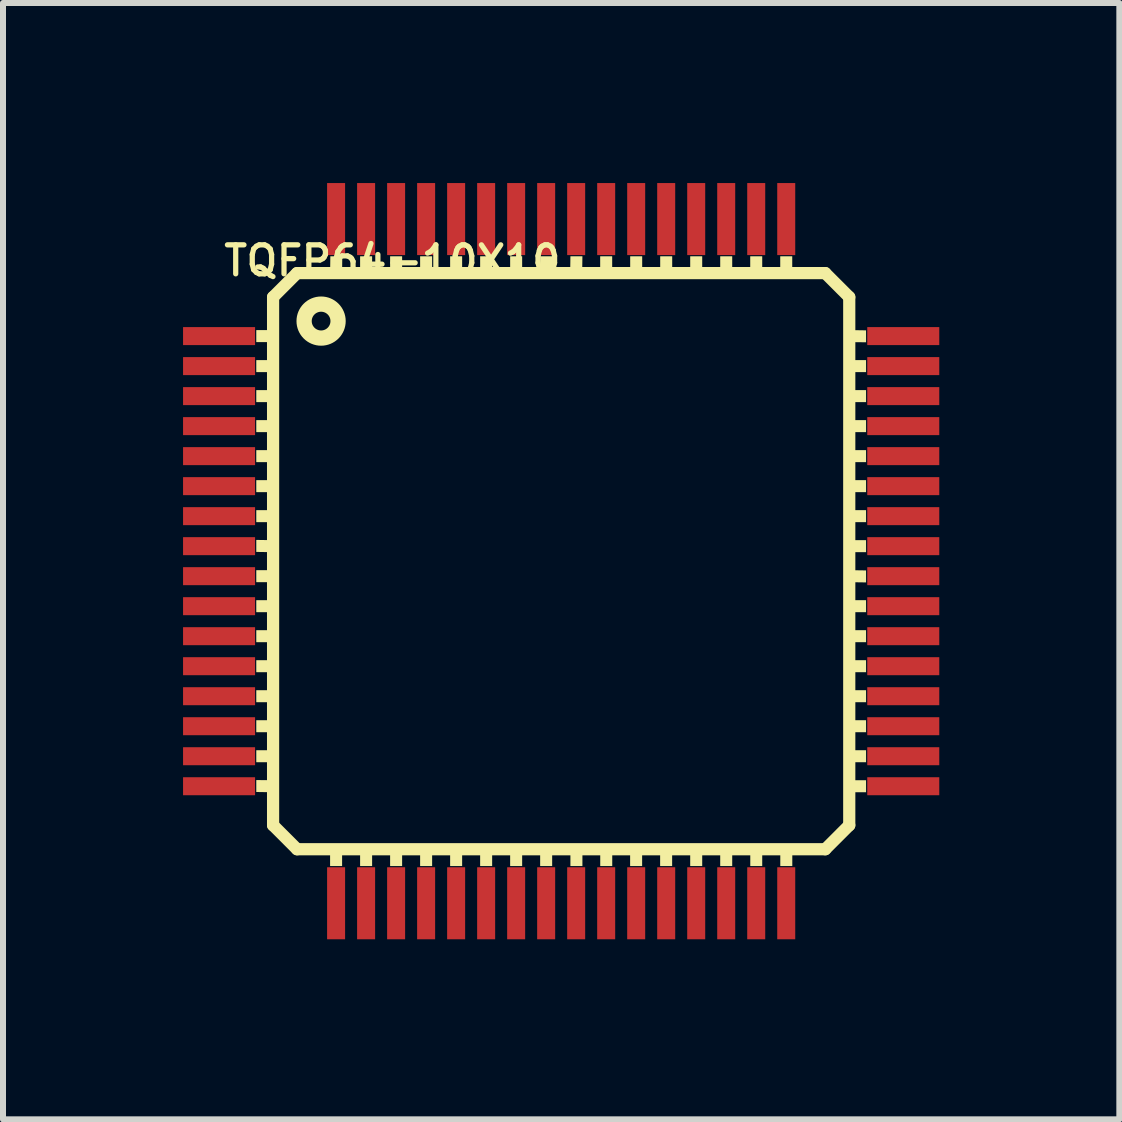
<source format=kicad_pcb>
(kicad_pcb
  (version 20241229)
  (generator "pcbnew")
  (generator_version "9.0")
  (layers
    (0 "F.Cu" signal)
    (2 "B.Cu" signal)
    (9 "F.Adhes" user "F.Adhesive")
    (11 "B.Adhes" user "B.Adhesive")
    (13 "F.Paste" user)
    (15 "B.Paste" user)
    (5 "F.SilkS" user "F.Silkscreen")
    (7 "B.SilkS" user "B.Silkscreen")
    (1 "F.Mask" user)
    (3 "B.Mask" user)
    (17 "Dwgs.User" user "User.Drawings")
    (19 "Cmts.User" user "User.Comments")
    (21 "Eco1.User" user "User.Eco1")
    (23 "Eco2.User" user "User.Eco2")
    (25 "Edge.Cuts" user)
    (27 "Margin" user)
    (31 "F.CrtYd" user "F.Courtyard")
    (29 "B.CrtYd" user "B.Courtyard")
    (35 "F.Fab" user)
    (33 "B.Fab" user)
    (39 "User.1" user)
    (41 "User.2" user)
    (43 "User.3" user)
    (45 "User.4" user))
  (footprint "TQFP64-10X10"
    (layer "F.Cu")
    (at 6.3 6.3)
    (property "Reference" "TQFP64-10X10" (at -5.664 -4.724 180) (layer "F.SilkS") (effects (font (size 0.483 0.483) (thickness 0.087)) (justify left bottom)))
    (attr through_hole)
    (fp_line (start -4.8 -4.4) (end -4.4 -4.8) (stroke (width 0.203) (type solid)) (layer "F.SilkS"))
    (fp_line (start -4.8 4.4) (end -4.8 -4.4) (stroke (width 0.203) (type solid)) (layer "F.SilkS"))
    (fp_line (start -4.4 -4.8) (end 4.4 -4.8) (stroke (width 0.203) (type solid)) (layer "F.SilkS"))
    (fp_line (start -4.4 4.8) (end -4.8 4.4) (stroke (width 0.203) (type solid)) (layer "F.SilkS"))
    (fp_line (start 4.4 -4.8) (end 4.8 -4.4) (stroke (width 0.203) (type solid)) (layer "F.SilkS"))
    (fp_line (start 4.4 4.8) (end -4.4 4.8) (stroke (width 0.203) (type solid)) (layer "F.SilkS"))
    (fp_line (start 4.8 -4.4) (end 4.8 4.4) (stroke (width 0.203) (type solid)) (layer "F.SilkS"))
    (fp_line (start 4.8 4.4) (end 4.4 4.8) (stroke (width 0.203) (type solid)) (layer "F.SilkS"))
    (fp_circle (center -4 -4) (end -3.717 -4) (stroke (width 0.254) (type solid)) (fill no) (layer "F.SilkS"))
    (fp_poly (pts (xy -5.08 -3.65) (xy -4.8 -3.65) (xy -4.8 -3.85) (xy -5.08 -3.85)) (stroke (width 0) (type solid)) (fill yes) (layer "F.SilkS"))
    (fp_poly (pts (xy -5.08 -3.15) (xy -4.8 -3.15) (xy -4.8 -3.35) (xy -5.08 -3.35)) (stroke (width 0) (type solid)) (fill yes) (layer "F.SilkS"))
    (fp_poly (pts (xy -5.08 -2.65) (xy -4.8 -2.65) (xy -4.8 -2.85) (xy -5.08 -2.85)) (stroke (width 0) (type solid)) (fill yes) (layer "F.SilkS"))
    (fp_poly (pts (xy -5.08 -2.15) (xy -4.8 -2.15) (xy -4.8 -2.35) (xy -5.08 -2.35)) (stroke (width 0) (type solid)) (fill yes) (layer "F.SilkS"))
    (fp_poly (pts (xy -5.08 -1.65) (xy -4.8 -1.65) (xy -4.8 -1.85) (xy -5.08 -1.85)) (stroke (width 0) (type solid)) (fill yes) (layer "F.SilkS"))
    (fp_poly (pts (xy -5.08 -1.15) (xy -4.8 -1.15) (xy -4.8 -1.35) (xy -5.08 -1.35)) (stroke (width 0) (type solid)) (fill yes) (layer "F.SilkS"))
    (fp_poly (pts (xy -5.08 -0.65) (xy -4.8 -0.65) (xy -4.8 -0.85) (xy -5.08 -0.85)) (stroke (width 0) (type solid)) (fill yes) (layer "F.SilkS"))
    (fp_poly (pts (xy -5.08 -0.154) (xy -4.8 -0.15) (xy -4.8 -0.35) (xy -5.08 -0.354)) (stroke (width 0) (type solid)) (fill yes) (layer "F.SilkS"))
    (fp_poly (pts (xy -5.08 0.35) (xy -4.8 0.35) (xy -4.8 0.15) (xy -5.08 0.15)) (stroke (width 0) (type solid)) (fill yes) (layer "F.SilkS"))
    (fp_poly (pts (xy -5.08 0.85) (xy -4.8 0.85) (xy -4.8 0.65) (xy -5.08 0.65)) (stroke (width 0) (type solid)) (fill yes) (layer "F.SilkS"))
    (fp_poly (pts (xy -5.08 1.35) (xy -4.8 1.35) (xy -4.8 1.15) (xy -5.08 1.15)) (stroke (width 0) (type solid)) (fill yes) (layer "F.SilkS"))
    (fp_poly (pts (xy -5.08 1.85) (xy -4.8 1.85) (xy -4.8 1.65) (xy -5.08 1.65)) (stroke (width 0) (type solid)) (fill yes) (layer "F.SilkS"))
    (fp_poly (pts (xy -5.08 2.35) (xy -4.8 2.35) (xy -4.8 2.15) (xy -5.08 2.15)) (stroke (width 0) (type solid)) (fill yes) (layer "F.SilkS"))
    (fp_poly (pts (xy -5.08 2.85) (xy -4.8 2.85) (xy -4.8 2.65) (xy -5.08 2.65)) (stroke (width 0) (type solid)) (fill yes) (layer "F.SilkS"))
    (fp_poly (pts (xy -5.08 3.35) (xy -4.8 3.35) (xy -4.8 3.15) (xy -5.08 3.15)) (stroke (width 0) (type solid)) (fill yes) (layer "F.SilkS"))
    (fp_poly (pts (xy -5.08 3.846) (xy -4.8 3.85) (xy -4.8 3.65) (xy -5.08 3.647)) (stroke (width 0) (type solid)) (fill yes) (layer "F.SilkS"))
    (fp_poly (pts (xy -3.85 5.08) (xy -3.65 5.08) (xy -3.65 4.8) (xy -3.85 4.8)) (stroke (width 0) (type solid)) (fill yes) (layer "F.SilkS"))
    (fp_poly (pts (xy -3.846 -5.08) (xy -3.85 -4.8) (xy -3.65 -4.8) (xy -3.647 -5.08)) (stroke (width 0) (type solid)) (fill yes) (layer "F.SilkS"))
    (fp_poly (pts (xy -3.35 -5.08) (xy -3.35 -4.8) (xy -3.15 -4.8) (xy -3.15 -5.08)) (stroke (width 0) (type solid)) (fill yes) (layer "F.SilkS"))
    (fp_poly (pts (xy -3.35 5.08) (xy -3.15 5.08) (xy -3.15 4.8) (xy -3.35 4.8)) (stroke (width 0) (type solid)) (fill yes) (layer "F.SilkS"))
    (fp_poly (pts (xy -2.85 -5.08) (xy -2.85 -4.8) (xy -2.65 -4.8) (xy -2.65 -5.08)) (stroke (width 0) (type solid)) (fill yes) (layer "F.SilkS"))
    (fp_poly (pts (xy -2.85 5.08) (xy -2.65 5.08) (xy -2.65 4.8) (xy -2.85 4.8)) (stroke (width 0) (type solid)) (fill yes) (layer "F.SilkS"))
    (fp_poly (pts (xy -2.35 -5.08) (xy -2.35 -4.8) (xy -2.15 -4.8) (xy -2.15 -5.08)) (stroke (width 0) (type solid)) (fill yes) (layer "F.SilkS"))
    (fp_poly (pts (xy -2.35 5.08) (xy -2.15 5.08) (xy -2.15 4.8) (xy -2.35 4.8)) (stroke (width 0) (type solid)) (fill yes) (layer "F.SilkS"))
    (fp_poly (pts (xy -1.85 -5.08) (xy -1.85 -4.8) (xy -1.65 -4.8) (xy -1.65 -5.08)) (stroke (width 0) (type solid)) (fill yes) (layer "F.SilkS"))
    (fp_poly (pts (xy -1.85 5.08) (xy -1.65 5.08) (xy -1.65 4.8) (xy -1.85 4.8)) (stroke (width 0) (type solid)) (fill yes) (layer "F.SilkS"))
    (fp_poly (pts (xy -1.35 -5.08) (xy -1.35 -4.8) (xy -1.15 -4.8) (xy -1.15 -5.08)) (stroke (width 0) (type solid)) (fill yes) (layer "F.SilkS"))
    (fp_poly (pts (xy -1.35 5.08) (xy -1.15 5.08) (xy -1.15 4.8) (xy -1.35 4.8)) (stroke (width 0) (type solid)) (fill yes) (layer "F.SilkS"))
    (fp_poly (pts (xy -0.85 -5.08) (xy -0.85 -4.8) (xy -0.65 -4.8) (xy -0.65 -5.08)) (stroke (width 0) (type solid)) (fill yes) (layer "F.SilkS"))
    (fp_poly (pts (xy -0.85 5.08) (xy -0.65 5.08) (xy -0.65 4.8) (xy -0.85 4.8)) (stroke (width 0) (type solid)) (fill yes) (layer "F.SilkS"))
    (fp_poly (pts (xy -0.35 -5.08) (xy -0.35 -4.8) (xy -0.15 -4.8) (xy -0.15 -5.08)) (stroke (width 0) (type solid)) (fill yes) (layer "F.SilkS"))
    (fp_poly (pts (xy -0.35 5.08) (xy -0.15 5.08) (xy -0.15 4.8) (xy -0.35 4.8)) (stroke (width 0) (type solid)) (fill yes) (layer "F.SilkS"))
    (fp_poly (pts (xy 0.154 -5.08) (xy 0.15 -4.8) (xy 0.35 -4.8) (xy 0.354 -5.08)) (stroke (width 0) (type solid)) (fill yes) (layer "F.SilkS"))
    (fp_poly (pts (xy 0.154 5.08) (xy 0.354 5.08) (xy 0.354 4.801) (xy 0.154 4.801)) (stroke (width 0) (type solid)) (fill yes) (layer "F.SilkS"))
    (fp_poly (pts (xy 0.65 -5.08) (xy 0.65 -4.8) (xy 0.85 -4.8) (xy 0.85 -5.08)) (stroke (width 0) (type solid)) (fill yes) (layer "F.SilkS"))
    (fp_poly (pts (xy 0.651 5.08) (xy 0.851 5.08) (xy 0.851 4.8) (xy 0.651 4.8)) (stroke (width 0) (type solid)) (fill yes) (layer "F.SilkS"))
    (fp_poly (pts (xy 1.149 5.08) (xy 1.349 5.08) (xy 1.349 4.8) (xy 1.149 4.8)) (stroke (width 0) (type solid)) (fill yes) (layer "F.SilkS"))
    (fp_poly (pts (xy 1.15 -5.08) (xy 1.15 -4.8) (xy 1.35 -4.8) (xy 1.35 -5.08)) (stroke (width 0) (type solid)) (fill yes) (layer "F.SilkS"))
    (fp_poly (pts (xy 1.649 5.08) (xy 1.849 5.08) (xy 1.849 4.8) (xy 1.649 4.8)) (stroke (width 0) (type solid)) (fill yes) (layer "F.SilkS"))
    (fp_poly (pts (xy 1.65 -5.08) (xy 1.65 -4.8) (xy 1.85 -4.8) (xy 1.85 -5.08)) (stroke (width 0) (type solid)) (fill yes) (layer "F.SilkS"))
    (fp_poly (pts (xy 2.15 5.08) (xy 2.35 5.08) (xy 2.35 4.8) (xy 2.15 4.8)) (stroke (width 0) (type solid)) (fill yes) (layer "F.SilkS"))
    (fp_poly (pts (xy 2.15 -5.08) (xy 2.15 -4.8) (xy 2.35 -4.8) (xy 2.35 -5.08)) (stroke (width 0) (type solid)) (fill yes) (layer "F.SilkS"))
    (fp_poly (pts (xy 2.65 -5.08) (xy 2.65 -4.8) (xy 2.85 -4.8) (xy 2.85 -5.08)) (stroke (width 0) (type solid)) (fill yes) (layer "F.SilkS"))
    (fp_poly (pts (xy 2.65 5.08) (xy 2.85 5.08) (xy 2.85 4.8) (xy 2.65 4.8)) (stroke (width 0) (type solid)) (fill yes) (layer "F.SilkS"))
    (fp_poly (pts (xy 3.15 -5.08) (xy 3.15 -4.8) (xy 3.35 -4.8) (xy 3.35 -5.08)) (stroke (width 0) (type solid)) (fill yes) (layer "F.SilkS"))
    (fp_poly (pts (xy 3.151 5.08) (xy 3.35 5.08) (xy 3.35 4.8) (xy 3.151 4.8)) (stroke (width 0) (type solid)) (fill yes) (layer "F.SilkS"))
    (fp_poly (pts (xy 3.65 -5.08) (xy 3.65 -4.8) (xy 3.85 -4.8) (xy 3.85 -5.08)) (stroke (width 0) (type solid)) (fill yes) (layer "F.SilkS"))
    (fp_poly (pts (xy 3.651 5.08) (xy 3.851 5.08) (xy 3.851 4.8) (xy 3.651 4.8)) (stroke (width 0) (type solid)) (fill yes) (layer "F.SilkS"))
    (fp_poly (pts (xy 5.08 -3.846) (xy 4.8 -3.85) (xy 4.8 -3.65) (xy 5.08 -3.647)) (stroke (width 0) (type solid)) (fill yes) (layer "F.SilkS"))
    (fp_poly (pts (xy 5.08 -3.35) (xy 4.8 -3.35) (xy 4.8 -3.15) (xy 5.08 -3.15)) (stroke (width 0) (type solid)) (fill yes) (layer "F.SilkS"))
    (fp_poly (pts (xy 5.08 -2.85) (xy 4.8 -2.85) (xy 4.8 -2.65) (xy 5.08 -2.65)) (stroke (width 0) (type solid)) (fill yes) (layer "F.SilkS"))
    (fp_poly (pts (xy 5.08 -2.35) (xy 4.8 -2.35) (xy 4.8 -2.15) (xy 5.08 -2.15)) (stroke (width 0) (type solid)) (fill yes) (layer "F.SilkS"))
    (fp_poly (pts (xy 5.08 -1.85) (xy 4.8 -1.85) (xy 4.8 -1.65) (xy 5.08 -1.65)) (stroke (width 0) (type solid)) (fill yes) (layer "F.SilkS"))
    (fp_poly (pts (xy 5.08 -1.35) (xy 4.8 -1.35) (xy 4.8 -1.15) (xy 5.08 -1.15)) (stroke (width 0) (type solid)) (fill yes) (layer "F.SilkS"))
    (fp_poly (pts (xy 5.08 -0.85) (xy 4.8 -0.85) (xy 4.8 -0.65) (xy 5.08 -0.65)) (stroke (width 0) (type solid)) (fill yes) (layer "F.SilkS"))
    (fp_poly (pts (xy 5.08 -0.35) (xy 4.8 -0.35) (xy 4.8 -0.15) (xy 5.08 -0.15)) (stroke (width 0) (type solid)) (fill yes) (layer "F.SilkS"))
    (fp_poly (pts (xy 5.08 0.154) (xy 4.8 0.15) (xy 4.8 0.35) (xy 5.08 0.354)) (stroke (width 0) (type solid)) (fill yes) (layer "F.SilkS"))
    (fp_poly (pts (xy 5.08 0.65) (xy 4.8 0.65) (xy 4.8 0.85) (xy 5.08 0.85)) (stroke (width 0) (type solid)) (fill yes) (layer "F.SilkS"))
    (fp_poly (pts (xy 5.08 1.15) (xy 4.8 1.15) (xy 4.8 1.35) (xy 5.08 1.35)) (stroke (width 0) (type solid)) (fill yes) (layer "F.SilkS"))
    (fp_poly (pts (xy 5.08 1.65) (xy 4.8 1.65) (xy 4.8 1.85) (xy 5.08 1.85)) (stroke (width 0) (type solid)) (fill yes) (layer "F.SilkS"))
    (fp_poly (pts (xy 5.08 2.15) (xy 4.8 2.15) (xy 4.8 2.35) (xy 5.08 2.35)) (stroke (width 0) (type solid)) (fill yes) (layer "F.SilkS"))
    (fp_poly (pts (xy 5.08 2.65) (xy 4.8 2.65) (xy 4.8 2.85) (xy 5.08 2.85)) (stroke (width 0) (type solid)) (fill yes) (layer "F.SilkS"))
    (fp_poly (pts (xy 5.08 3.15) (xy 4.8 3.15) (xy 4.8 3.35) (xy 5.08 3.35)) (stroke (width 0) (type solid)) (fill yes) (layer "F.SilkS"))
    (fp_poly (pts (xy 5.08 3.65) (xy 4.8 3.65) (xy 4.8 3.85) (xy 5.08 3.85)) (stroke (width 0) (type solid)) (fill yes) (layer "F.SilkS"))
    (pad "1" smd rect (at -5.7 -3.75) (size 1.2 0.3) (layers "F.Cu" "F.Mask" "F.Paste"))
    (pad "2" smd rect (at -5.7 -3.25) (size 1.2 0.3) (layers "F.Cu" "F.Mask" "F.Paste"))
    (pad "3" smd rect (at -5.7 -2.75) (size 1.2 0.3) (layers "F.Cu" "F.Mask" "F.Paste"))
    (pad "4" smd rect (at -5.7 -2.25) (size 1.2 0.3) (layers "F.Cu" "F.Mask" "F.Paste"))
    (pad "5" smd rect (at -5.7 -1.75) (size 1.2 0.3) (layers "F.Cu" "F.Mask" "F.Paste"))
    (pad "6" smd rect (at -5.7 -1.25) (size 1.2 0.3) (layers "F.Cu" "F.Mask" "F.Paste"))
    (pad "7" smd rect (at -5.7 -0.75) (size 1.2 0.3) (layers "F.Cu" "F.Mask" "F.Paste"))
    (pad "8" smd rect (at -5.7 -0.25) (size 1.2 0.3) (layers "F.Cu" "F.Mask" "F.Paste"))
    (pad "9" smd rect (at -5.7 0.25) (size 1.2 0.3) (layers "F.Cu" "F.Mask" "F.Paste"))
    (pad "10" smd rect (at -5.7 0.75) (size 1.2 0.3) (layers "F.Cu" "F.Mask" "F.Paste"))
    (pad "11" smd rect (at -5.7 1.25) (size 1.2 0.3) (layers "F.Cu" "F.Mask" "F.Paste"))
    (pad "12" smd rect (at -5.7 1.75) (size 1.2 0.3) (layers "F.Cu" "F.Mask" "F.Paste"))
    (pad "13" smd rect (at -5.7 2.25) (size 1.2 0.3) (layers "F.Cu" "F.Mask" "F.Paste"))
    (pad "14" smd rect (at -5.7 2.75) (size 1.2 0.3) (layers "F.Cu" "F.Mask" "F.Paste"))
    (pad "15" smd rect (at -5.7 3.25) (size 1.2 0.3) (layers "F.Cu" "F.Mask" "F.Paste"))
    (pad "16" smd rect (at -5.7 3.75) (size 1.2 0.3) (layers "F.Cu" "F.Mask" "F.Paste"))
    (pad "17" smd rect (at -3.75 5.7) (size 0.3 1.2) (layers "F.Cu" "F.Mask" "F.Paste"))
    (pad "18" smd rect (at -3.25 5.7) (size 0.3 1.2) (layers "F.Cu" "F.Mask" "F.Paste"))
    (pad "19" smd rect (at -2.75 5.7) (size 0.3 1.2) (layers "F.Cu" "F.Mask" "F.Paste"))
    (pad "20" smd rect (at -2.25 5.7) (size 0.3 1.2) (layers "F.Cu" "F.Mask" "F.Paste"))
    (pad "21" smd rect (at -1.75 5.7) (size 0.3 1.2) (layers "F.Cu" "F.Mask" "F.Paste"))
    (pad "22" smd rect (at -1.25 5.7) (size 0.3 1.2) (layers "F.Cu" "F.Mask" "F.Paste"))
    (pad "23" smd rect (at -0.75 5.7) (size 0.3 1.2) (layers "F.Cu" "F.Mask" "F.Paste"))
    (pad "24" smd rect (at -0.25 5.7) (size 0.3 1.2) (layers "F.Cu" "F.Mask" "F.Paste"))
    (pad "25" smd rect (at 0.25 5.7) (size 0.3 1.2) (layers "F.Cu" "F.Mask" "F.Paste"))
    (pad "26" smd rect (at 0.75 5.7) (size 0.3 1.2) (layers "F.Cu" "F.Mask" "F.Paste"))
    (pad "27" smd rect (at 1.25 5.7) (size 0.3 1.2) (layers "F.Cu" "F.Mask" "F.Paste"))
    (pad "28" smd rect (at 1.75 5.7) (size 0.3 1.2) (layers "F.Cu" "F.Mask" "F.Paste"))
    (pad "29" smd rect (at 2.25 5.7) (size 0.3 1.2) (layers "F.Cu" "F.Mask" "F.Paste"))
    (pad "30" smd rect (at 2.75 5.7) (size 0.3 1.2) (layers "F.Cu" "F.Mask" "F.Paste"))
    (pad "31" smd rect (at 3.25 5.7) (size 0.3 1.2) (layers "F.Cu" "F.Mask" "F.Paste"))
    (pad "32" smd rect (at 3.75 5.7) (size 0.3 1.2) (layers "F.Cu" "F.Mask" "F.Paste"))
    (pad "33" smd rect (at 5.7 3.75) (size 1.2 0.3) (layers "F.Cu" "F.Mask" "F.Paste"))
    (pad "34" smd rect (at 5.7 3.25) (size 1.2 0.3) (layers "F.Cu" "F.Mask" "F.Paste"))
    (pad "35" smd rect (at 5.7 2.75) (size 1.2 0.3) (layers "F.Cu" "F.Mask" "F.Paste"))
    (pad "36" smd rect (at 5.7 2.25) (size 1.2 0.3) (layers "F.Cu" "F.Mask" "F.Paste"))
    (pad "37" smd rect (at 5.7 1.75) (size 1.2 0.3) (layers "F.Cu" "F.Mask" "F.Paste"))
    (pad "38" smd rect (at 5.7 1.25) (size 1.2 0.3) (layers "F.Cu" "F.Mask" "F.Paste"))
    (pad "39" smd rect (at 5.7 0.75) (size 1.2 0.3) (layers "F.Cu" "F.Mask" "F.Paste"))
    (pad "40" smd rect (at 5.7 0.25) (size 1.2 0.3) (layers "F.Cu" "F.Mask" "F.Paste"))
    (pad "41" smd rect (at 5.7 -0.25) (size 1.2 0.3) (layers "F.Cu" "F.Mask" "F.Paste"))
    (pad "42" smd rect (at 5.7 -0.75) (size 1.2 0.3) (layers "F.Cu" "F.Mask" "F.Paste"))
    (pad "43" smd rect (at 5.7 -1.25) (size 1.2 0.3) (layers "F.Cu" "F.Mask" "F.Paste"))
    (pad "44" smd rect (at 5.7 -1.75) (size 1.2 0.3) (layers "F.Cu" "F.Mask" "F.Paste"))
    (pad "45" smd rect (at 5.7 -2.25) (size 1.2 0.3) (layers "F.Cu" "F.Mask" "F.Paste"))
    (pad "46" smd rect (at 5.7 -2.75) (size 1.2 0.3) (layers "F.Cu" "F.Mask" "F.Paste"))
    (pad "47" smd rect (at 5.7 -3.25) (size 1.2 0.3) (layers "F.Cu" "F.Mask" "F.Paste"))
    (pad "48" smd rect (at 5.7 -3.75) (size 1.2 0.3) (layers "F.Cu" "F.Mask" "F.Paste"))
    (pad "49" smd rect (at 3.75 -5.7) (size 0.3 1.2) (layers "F.Cu" "F.Mask" "F.Paste"))
    (pad "50" smd rect (at 3.25 -5.7) (size 0.3 1.2) (layers "F.Cu" "F.Mask" "F.Paste"))
    (pad "51" smd rect (at 2.75 -5.7) (size 0.3 1.2) (layers "F.Cu" "F.Mask" "F.Paste"))
    (pad "52" smd rect (at 2.25 -5.7) (size 0.3 1.2) (layers "F.Cu" "F.Mask" "F.Paste"))
    (pad "53" smd rect (at 1.75 -5.7) (size 0.3 1.2) (layers "F.Cu" "F.Mask" "F.Paste"))
    (pad "54" smd rect (at 1.25 -5.7) (size 0.3 1.2) (layers "F.Cu" "F.Mask" "F.Paste"))
    (pad "55" smd rect (at 0.75 -5.7) (size 0.3 1.2) (layers "F.Cu" "F.Mask" "F.Paste"))
    (pad "56" smd rect (at 0.25 -5.7) (size 0.3 1.2) (layers "F.Cu" "F.Mask" "F.Paste"))
    (pad "57" smd rect (at -0.25 -5.7) (size 0.3 1.2) (layers "F.Cu" "F.Mask" "F.Paste"))
    (pad "58" smd rect (at -0.75 -5.7) (size 0.3 1.2) (layers "F.Cu" "F.Mask" "F.Paste"))
    (pad "59" smd rect (at -1.25 -5.7) (size 0.3 1.2) (layers "F.Cu" "F.Mask" "F.Paste"))
    (pad "60" smd rect (at -1.75 -5.7) (size 0.3 1.2) (layers "F.Cu" "F.Mask" "F.Paste"))
    (pad "61" smd rect (at -2.25 -5.7) (size 0.3 1.2) (layers "F.Cu" "F.Mask" "F.Paste"))
    (pad "62" smd rect (at -2.75 -5.7) (size 0.3 1.2) (layers "F.Cu" "F.Mask" "F.Paste"))
    (pad "63" smd rect (at -3.25 -5.7) (size 0.3 1.2) (layers "F.Cu" "F.Mask" "F.Paste"))
    (pad "64" smd rect (at -3.75 -5.7) (size 0.3 1.2) (layers "F.Cu" "F.Mask" "F.Paste")))
  (gr_rect
    (start -3 -3)
    (end 15.6 15.6)
    (stroke (width 0.1) (type default))
    (fill no)
    (layer "Edge.Cuts")))
</source>
